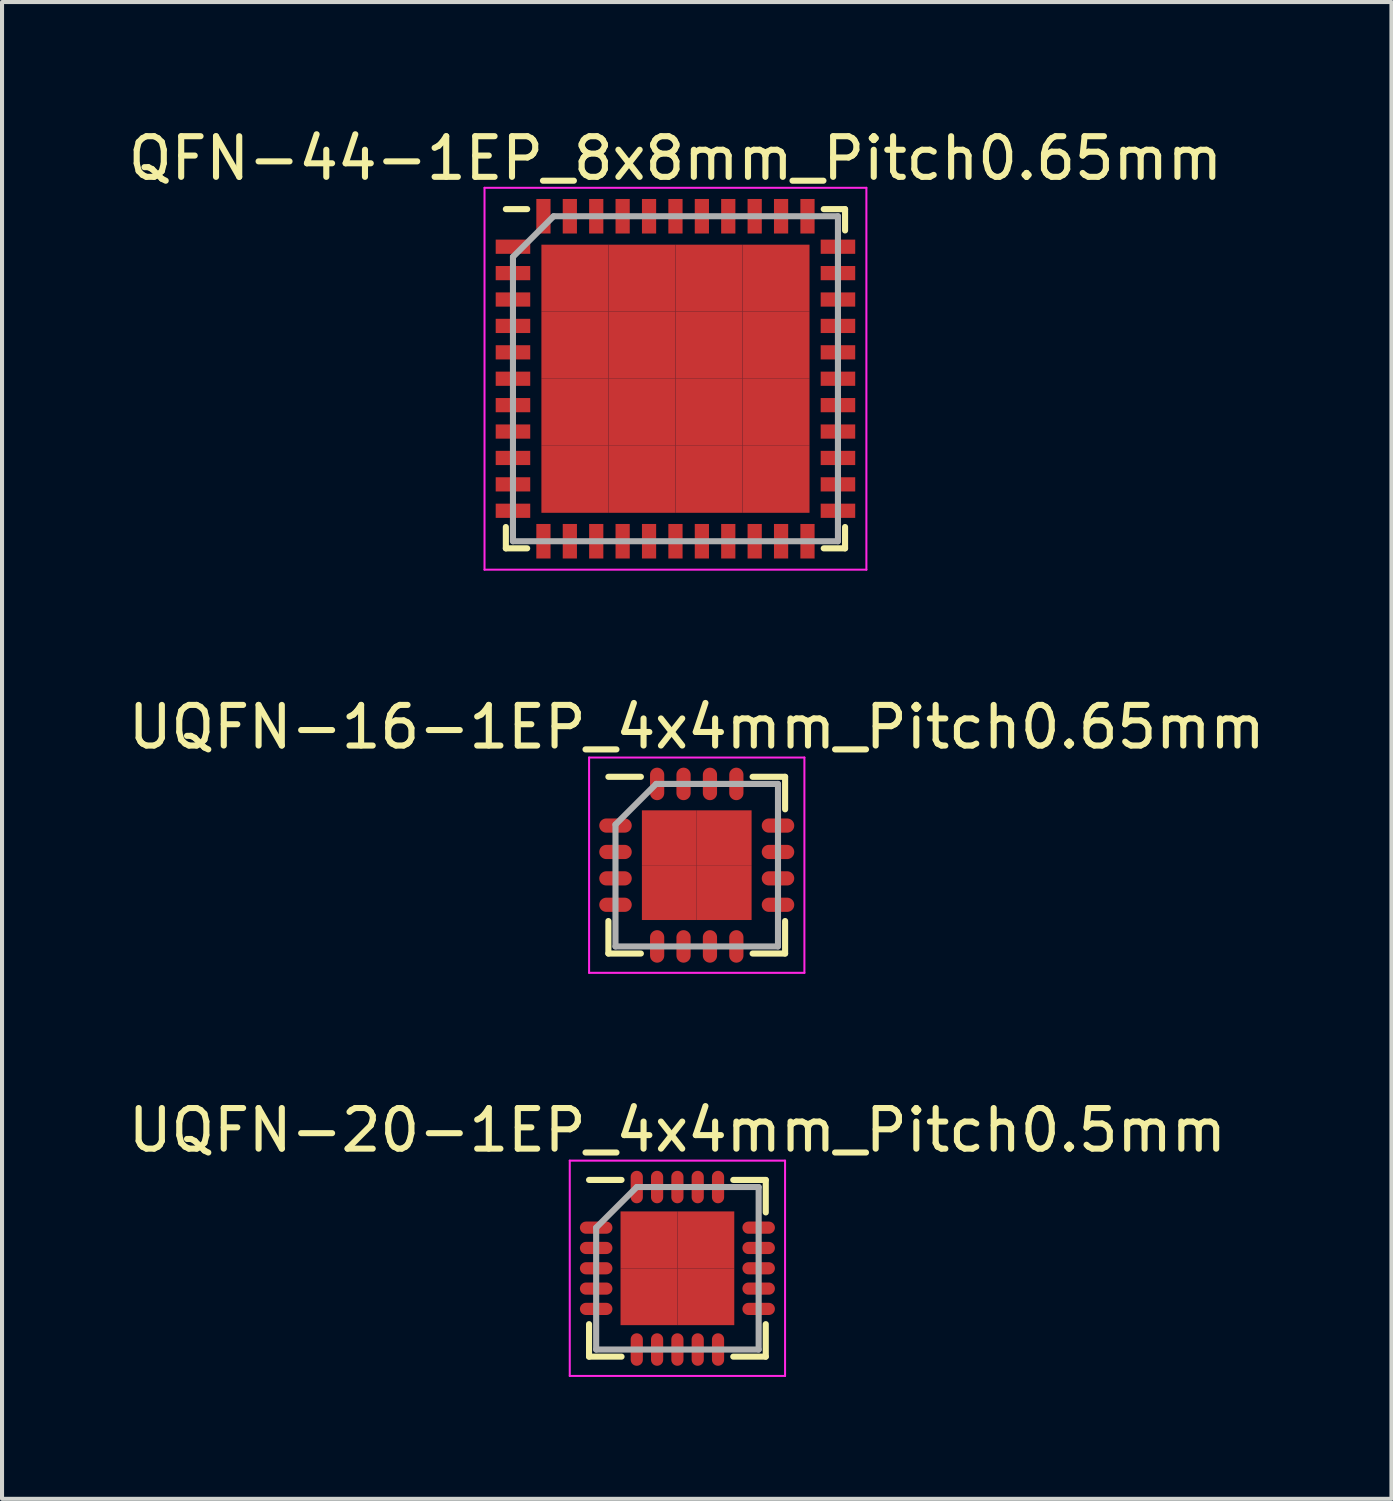
<source format=kicad_pcb>
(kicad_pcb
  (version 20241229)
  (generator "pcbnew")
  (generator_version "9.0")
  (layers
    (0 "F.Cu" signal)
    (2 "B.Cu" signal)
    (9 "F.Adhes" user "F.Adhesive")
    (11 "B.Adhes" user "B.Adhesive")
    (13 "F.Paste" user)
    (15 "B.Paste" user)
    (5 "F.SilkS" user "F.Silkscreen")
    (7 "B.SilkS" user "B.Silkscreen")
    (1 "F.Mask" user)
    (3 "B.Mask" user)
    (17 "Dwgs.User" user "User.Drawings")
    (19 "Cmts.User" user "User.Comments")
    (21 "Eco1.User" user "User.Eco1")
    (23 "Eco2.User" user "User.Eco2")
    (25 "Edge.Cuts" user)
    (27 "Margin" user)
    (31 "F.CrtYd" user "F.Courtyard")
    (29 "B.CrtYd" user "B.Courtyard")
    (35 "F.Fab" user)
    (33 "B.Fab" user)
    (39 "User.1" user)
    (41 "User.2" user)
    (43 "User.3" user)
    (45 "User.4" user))
  (footprint "UQFN-16-1EP_4x4mm_Pitch0.65mm"
    (layer "F.Cu")
    (at 14.101 18.247)
    (property "Reference" "UQFN-16-1EP_4x4mm_Pitch0.65mm" (at 0 -3.4 0) (layer "F.SilkS") (effects (font (size 1 1) (thickness 0.15))))
    (attr smd)
    (fp_line (start -2.175 -2.175) (end -1.375 -2.175) (stroke (width 0.15) (type solid)) (layer "F.SilkS"))
    (fp_line (start -2.175 2.175) (end -2.175 1.375) (stroke (width 0.15) (type solid)) (layer "F.SilkS"))
    (fp_line (start -2.175 2.175) (end -1.375 2.175) (stroke (width 0.15) (type solid)) (layer "F.SilkS"))
    (fp_line (start 2.175 -2.175) (end 1.375 -2.175) (stroke (width 0.15) (type solid)) (layer "F.SilkS"))
    (fp_line (start 2.175 -2.175) (end 2.175 -1.375) (stroke (width 0.15) (type solid)) (layer "F.SilkS"))
    (fp_line (start 2.175 2.175) (end 1.375 2.175) (stroke (width 0.15) (type solid)) (layer "F.SilkS"))
    (fp_line (start 2.175 2.175) (end 2.175 1.375) (stroke (width 0.15) (type solid)) (layer "F.SilkS"))
    (fp_line (start -2.65 -2.65) (end -2.65 2.65) (stroke (width 0.05) (type solid)) (layer "F.CrtYd"))
    (fp_line (start -2.65 -2.65) (end 2.65 -2.65) (stroke (width 0.05) (type solid)) (layer "F.CrtYd"))
    (fp_line (start -2.65 2.65) (end 2.65 2.65) (stroke (width 0.05) (type solid)) (layer "F.CrtYd"))
    (fp_line (start 2.65 -2.65) (end 2.65 2.65) (stroke (width 0.05) (type solid)) (layer "F.CrtYd"))
    (fp_line (start -2 -1) (end -1 -2) (stroke (width 0.15) (type solid)) (layer "F.Fab"))
    (fp_line (start -2 2) (end -2 -1) (stroke (width 0.15) (type solid)) (layer "F.Fab"))
    (fp_line (start -1 -2) (end 2 -2) (stroke (width 0.15) (type solid)) (layer "F.Fab"))
    (fp_line (start 2 -2) (end 2 2) (stroke (width 0.15) (type solid)) (layer "F.Fab"))
    (fp_line (start 2 2) (end -2 2) (stroke (width 0.15) (type solid)) (layer "F.Fab"))
    (pad "1" smd oval (at -2 -0.975) (size 0.8 0.35) (layers "F.Cu" "F.Mask" "F.Paste"))
    (pad "2" smd oval (at -2 -0.325) (size 0.8 0.35) (layers "F.Cu" "F.Mask" "F.Paste"))
    (pad "3" smd oval (at -2 0.325) (size 0.8 0.35) (layers "F.Cu" "F.Mask" "F.Paste"))
    (pad "4" smd oval (at -2 0.975) (size 0.8 0.35) (layers "F.Cu" "F.Mask" "F.Paste"))
    (pad "5" smd oval (at -0.975 2 90) (size 0.8 0.35) (layers "F.Cu" "F.Mask" "F.Paste"))
    (pad "6" smd oval (at -0.325 2 90) (size 0.8 0.35) (layers "F.Cu" "F.Mask" "F.Paste"))
    (pad "7" smd oval (at 0.325 2 90) (size 0.8 0.35) (layers "F.Cu" "F.Mask" "F.Paste"))
    (pad "8" smd oval (at 0.975 2 90) (size 0.8 0.35) (layers "F.Cu" "F.Mask" "F.Paste"))
    (pad "9" smd oval (at 2 0.975) (size 0.8 0.35) (layers "F.Cu" "F.Mask" "F.Paste"))
    (pad "10" smd oval (at 2 0.325) (size 0.8 0.35) (layers "F.Cu" "F.Mask" "F.Paste"))
    (pad "11" smd oval (at 2 -0.325) (size 0.8 0.35) (layers "F.Cu" "F.Mask" "F.Paste"))
    (pad "12" smd oval (at 2 -0.975) (size 0.8 0.35) (layers "F.Cu" "F.Mask" "F.Paste"))
    (pad "13" smd oval (at 0.975 -2 90) (size 0.8 0.35) (layers "F.Cu" "F.Mask" "F.Paste"))
    (pad "14" smd oval (at 0.325 -2 90) (size 0.8 0.35) (layers "F.Cu" "F.Mask" "F.Paste"))
    (pad "15" smd oval (at -0.325 -2 90) (size 0.8 0.35) (layers "F.Cu" "F.Mask" "F.Paste"))
    (pad "16" smd oval (at -0.975 -2 90) (size 0.8 0.35) (layers "F.Cu" "F.Mask" "F.Paste"))
    (pad "17" smd rect (at -0.675 -0.675) (size 1.35 1.35) (layers "F.Cu" "F.Mask" "F.Paste"))
    (pad "17" smd rect (at -0.675 0.675) (size 1.35 1.35) (layers "F.Cu" "F.Mask" "F.Paste"))
    (pad "17" smd rect (at 0.675 -0.675) (size 1.35 1.35) (layers "F.Cu" "F.Mask" "F.Paste"))
    (pad "17" smd rect (at 0.675 0.675) (size 1.35 1.35) (layers "F.Cu" "F.Mask" "F.Paste")))
  (footprint "QFN-44-1EP_8x8mm_Pitch0.65mm"
    (layer "F.Cu")
    (at 13.577 6.273)
    (property "Reference" "QFN-44-1EP_8x8mm_Pitch0.65mm" (at 0 -5.425 0) (layer "F.SilkS") (effects (font (size 1 1) (thickness 0.15))))
    (attr smd)
    (fp_line (start -4.175 -4.175) (end -3.65 -4.175) (stroke (width 0.15) (type solid)) (layer "F.SilkS"))
    (fp_line (start -4.175 4.175) (end -4.175 3.65) (stroke (width 0.15) (type solid)) (layer "F.SilkS"))
    (fp_line (start -4.175 4.175) (end -3.65 4.175) (stroke (width 0.15) (type solid)) (layer "F.SilkS"))
    (fp_line (start 4.175 -4.175) (end 3.65 -4.175) (stroke (width 0.15) (type solid)) (layer "F.SilkS"))
    (fp_line (start 4.175 -4.175) (end 4.175 -3.65) (stroke (width 0.15) (type solid)) (layer "F.SilkS"))
    (fp_line (start 4.175 4.175) (end 3.65 4.175) (stroke (width 0.15) (type solid)) (layer "F.SilkS"))
    (fp_line (start 4.175 4.175) (end 4.175 3.65) (stroke (width 0.15) (type solid)) (layer "F.SilkS"))
    (fp_line (start -4.7 -4.7) (end -4.7 4.7) (stroke (width 0.05) (type solid)) (layer "F.CrtYd"))
    (fp_line (start -4.7 -4.7) (end 4.7 -4.7) (stroke (width 0.05) (type solid)) (layer "F.CrtYd"))
    (fp_line (start -4.7 4.7) (end 4.7 4.7) (stroke (width 0.05) (type solid)) (layer "F.CrtYd"))
    (fp_line (start 4.7 -4.7) (end 4.7 4.7) (stroke (width 0.05) (type solid)) (layer "F.CrtYd"))
    (fp_line (start -4 -3) (end -3 -4) (stroke (width 0.15) (type solid)) (layer "F.Fab"))
    (fp_line (start -4 4) (end -4 -3) (stroke (width 0.15) (type solid)) (layer "F.Fab"))
    (fp_line (start -3 -4) (end 4 -4) (stroke (width 0.15) (type solid)) (layer "F.Fab"))
    (fp_line (start 4 -4) (end 4 4) (stroke (width 0.15) (type solid)) (layer "F.Fab"))
    (fp_line (start 4 4) (end -4 4) (stroke (width 0.15) (type solid)) (layer "F.Fab"))
    (pad "1" smd rect (at -4 -3.25) (size 0.85 0.35) (layers "F.Cu" "F.Mask" "F.Paste"))
    (pad "2" smd rect (at -4 -2.6) (size 0.85 0.35) (layers "F.Cu" "F.Mask" "F.Paste"))
    (pad "3" smd rect (at -4 -1.95) (size 0.85 0.35) (layers "F.Cu" "F.Mask" "F.Paste"))
    (pad "4" smd rect (at -4 -1.3) (size 0.85 0.35) (layers "F.Cu" "F.Mask" "F.Paste"))
    (pad "5" smd rect (at -4 -0.65) (size 0.85 0.35) (layers "F.Cu" "F.Mask" "F.Paste"))
    (pad "6" smd rect (at -4 0) (size 0.85 0.35) (layers "F.Cu" "F.Mask" "F.Paste"))
    (pad "7" smd rect (at -4 0.65) (size 0.85 0.35) (layers "F.Cu" "F.Mask" "F.Paste"))
    (pad "8" smd rect (at -4 1.3) (size 0.85 0.35) (layers "F.Cu" "F.Mask" "F.Paste"))
    (pad "9" smd rect (at -4 1.95) (size 0.85 0.35) (layers "F.Cu" "F.Mask" "F.Paste"))
    (pad "10" smd rect (at -4 2.6) (size 0.85 0.35) (layers "F.Cu" "F.Mask" "F.Paste"))
    (pad "11" smd rect (at -4 3.25) (size 0.85 0.35) (layers "F.Cu" "F.Mask" "F.Paste"))
    (pad "12" smd rect (at -3.25 4 90) (size 0.85 0.35) (layers "F.Cu" "F.Mask" "F.Paste"))
    (pad "13" smd rect (at -2.6 4 90) (size 0.85 0.35) (layers "F.Cu" "F.Mask" "F.Paste"))
    (pad "14" smd rect (at -1.95 4 90) (size 0.85 0.35) (layers "F.Cu" "F.Mask" "F.Paste"))
    (pad "15" smd rect (at -1.3 4 90) (size 0.85 0.35) (layers "F.Cu" "F.Mask" "F.Paste"))
    (pad "16" smd rect (at -0.65 4 90) (size 0.85 0.35) (layers "F.Cu" "F.Mask" "F.Paste"))
    (pad "17" smd rect (at 0 4 90) (size 0.85 0.35) (layers "F.Cu" "F.Mask" "F.Paste"))
    (pad "18" smd rect (at 0.65 4 90) (size 0.85 0.35) (layers "F.Cu" "F.Mask" "F.Paste"))
    (pad "19" smd rect (at 1.3 4 90) (size 0.85 0.35) (layers "F.Cu" "F.Mask" "F.Paste"))
    (pad "20" smd rect (at 1.95 4 90) (size 0.85 0.35) (layers "F.Cu" "F.Mask" "F.Paste"))
    (pad "21" smd rect (at 2.6 4 90) (size 0.85 0.35) (layers "F.Cu" "F.Mask" "F.Paste"))
    (pad "22" smd rect (at 3.25 4 90) (size 0.85 0.35) (layers "F.Cu" "F.Mask" "F.Paste"))
    (pad "23" smd rect (at 4 3.25) (size 0.85 0.35) (layers "F.Cu" "F.Mask" "F.Paste"))
    (pad "24" smd rect (at 4 2.6) (size 0.85 0.35) (layers "F.Cu" "F.Mask" "F.Paste"))
    (pad "25" smd rect (at 4 1.95) (size 0.85 0.35) (layers "F.Cu" "F.Mask" "F.Paste"))
    (pad "26" smd rect (at 4 1.3) (size 0.85 0.35) (layers "F.Cu" "F.Mask" "F.Paste"))
    (pad "27" smd rect (at 4 0.65) (size 0.85 0.35) (layers "F.Cu" "F.Mask" "F.Paste"))
    (pad "28" smd rect (at 4 0) (size 0.85 0.35) (layers "F.Cu" "F.Mask" "F.Paste"))
    (pad "29" smd rect (at 4 -0.65) (size 0.85 0.35) (layers "F.Cu" "F.Mask" "F.Paste"))
    (pad "30" smd rect (at 4 -1.3) (size 0.85 0.35) (layers "F.Cu" "F.Mask" "F.Paste"))
    (pad "31" smd rect (at 4 -1.95) (size 0.85 0.35) (layers "F.Cu" "F.Mask" "F.Paste"))
    (pad "32" smd rect (at 4 -2.6) (size 0.85 0.35) (layers "F.Cu" "F.Mask" "F.Paste"))
    (pad "33" smd rect (at 4 -3.25) (size 0.85 0.35) (layers "F.Cu" "F.Mask" "F.Paste"))
    (pad "34" smd rect (at 3.25 -4 90) (size 0.85 0.35) (layers "F.Cu" "F.Mask" "F.Paste"))
    (pad "35" smd rect (at 2.6 -4 90) (size 0.85 0.35) (layers "F.Cu" "F.Mask" "F.Paste"))
    (pad "36" smd rect (at 1.95 -4 90) (size 0.85 0.35) (layers "F.Cu" "F.Mask" "F.Paste"))
    (pad "37" smd rect (at 1.3 -4 90) (size 0.85 0.35) (layers "F.Cu" "F.Mask" "F.Paste"))
    (pad "38" smd rect (at 0.65 -4 90) (size 0.85 0.35) (layers "F.Cu" "F.Mask" "F.Paste"))
    (pad "39" smd rect (at 0 -4 90) (size 0.85 0.35) (layers "F.Cu" "F.Mask" "F.Paste"))
    (pad "40" smd rect (at -0.65 -4 90) (size 0.85 0.35) (layers "F.Cu" "F.Mask" "F.Paste"))
    (pad "41" smd rect (at -1.3 -4 90) (size 0.85 0.35) (layers "F.Cu" "F.Mask" "F.Paste"))
    (pad "42" smd rect (at -1.95 -4 90) (size 0.85 0.35) (layers "F.Cu" "F.Mask" "F.Paste"))
    (pad "43" smd rect (at -2.6 -4 90) (size 0.85 0.35) (layers "F.Cu" "F.Mask" "F.Paste"))
    (pad "44" smd rect (at -3.25 -4 90) (size 0.85 0.35) (layers "F.Cu" "F.Mask" "F.Paste"))
    (pad "45" smd rect (at -2.475 -2.475) (size 1.65 1.65) (layers "F.Cu" "F.Mask" "F.Paste"))
    (pad "45" smd rect (at -2.475 -0.825) (size 1.65 1.65) (layers "F.Cu" "F.Mask" "F.Paste"))
    (pad "45" smd rect (at -2.475 0.825) (size 1.65 1.65) (layers "F.Cu" "F.Mask" "F.Paste"))
    (pad "45" smd rect (at -2.475 2.475) (size 1.65 1.65) (layers "F.Cu" "F.Mask" "F.Paste"))
    (pad "45" smd rect (at -0.825 -2.475) (size 1.65 1.65) (layers "F.Cu" "F.Mask" "F.Paste"))
    (pad "45" smd rect (at -0.825 -0.825) (size 1.65 1.65) (layers "F.Cu" "F.Mask" "F.Paste"))
    (pad "45" smd rect (at -0.825 0.825) (size 1.65 1.65) (layers "F.Cu" "F.Mask" "F.Paste"))
    (pad "45" smd rect (at -0.825 2.475) (size 1.65 1.65) (layers "F.Cu" "F.Mask" "F.Paste"))
    (pad "45" smd rect (at 0.825 -2.475) (size 1.65 1.65) (layers "F.Cu" "F.Mask" "F.Paste"))
    (pad "45" smd rect (at 0.825 -0.825) (size 1.65 1.65) (layers "F.Cu" "F.Mask" "F.Paste"))
    (pad "45" smd rect (at 0.825 0.825) (size 1.65 1.65) (layers "F.Cu" "F.Mask" "F.Paste"))
    (pad "45" smd rect (at 0.825 2.475) (size 1.65 1.65) (layers "F.Cu" "F.Mask" "F.Paste"))
    (pad "45" smd rect (at 2.475 -2.475) (size 1.65 1.65) (layers "F.Cu" "F.Mask" "F.Paste"))
    (pad "45" smd rect (at 2.475 -0.825) (size 1.65 1.65) (layers "F.Cu" "F.Mask" "F.Paste"))
    (pad "45" smd rect (at 2.475 0.825) (size 1.65 1.65) (layers "F.Cu" "F.Mask" "F.Paste"))
    (pad "45" smd rect (at 2.475 2.475) (size 1.65 1.65) (layers "F.Cu" "F.Mask" "F.Paste")))
  (footprint "UQFN-20-1EP_4x4mm_Pitch0.5mm"
    (layer "F.Cu")
    (at 13.625 28.17)
    (property "Reference" "UQFN-20-1EP_4x4mm_Pitch0.5mm" (at 0 -3.4 0) (layer "F.SilkS") (effects (font (size 1 1) (thickness 0.15))))
    (attr smd)
    (fp_line (start -2.175 -2.175) (end -1.375 -2.175) (stroke (width 0.15) (type solid)) (layer "F.SilkS"))
    (fp_line (start -2.175 2.175) (end -2.175 1.375) (stroke (width 0.15) (type solid)) (layer "F.SilkS"))
    (fp_line (start -2.175 2.175) (end -1.375 2.175) (stroke (width 0.15) (type solid)) (layer "F.SilkS"))
    (fp_line (start 2.175 -2.175) (end 1.375 -2.175) (stroke (width 0.15) (type solid)) (layer "F.SilkS"))
    (fp_line (start 2.175 -2.175) (end 2.175 -1.375) (stroke (width 0.15) (type solid)) (layer "F.SilkS"))
    (fp_line (start 2.175 2.175) (end 1.375 2.175) (stroke (width 0.15) (type solid)) (layer "F.SilkS"))
    (fp_line (start 2.175 2.175) (end 2.175 1.375) (stroke (width 0.15) (type solid)) (layer "F.SilkS"))
    (fp_line (start -2.65 -2.65) (end -2.65 2.65) (stroke (width 0.05) (type solid)) (layer "F.CrtYd"))
    (fp_line (start -2.65 -2.65) (end 2.65 -2.65) (stroke (width 0.05) (type solid)) (layer "F.CrtYd"))
    (fp_line (start -2.65 2.65) (end 2.65 2.65) (stroke (width 0.05) (type solid)) (layer "F.CrtYd"))
    (fp_line (start 2.65 -2.65) (end 2.65 2.65) (stroke (width 0.05) (type solid)) (layer "F.CrtYd"))
    (fp_line (start -2 -1) (end -1 -2) (stroke (width 0.15) (type solid)) (layer "F.Fab"))
    (fp_line (start -2 2) (end -2 -1) (stroke (width 0.15) (type solid)) (layer "F.Fab"))
    (fp_line (start -1 -2) (end 2 -2) (stroke (width 0.15) (type solid)) (layer "F.Fab"))
    (fp_line (start 2 -2) (end 2 2) (stroke (width 0.15) (type solid)) (layer "F.Fab"))
    (fp_line (start 2 2) (end -2 2) (stroke (width 0.15) (type solid)) (layer "F.Fab"))
    (pad "1" smd oval (at -2 -1) (size 0.8 0.3) (layers "F.Cu" "F.Mask" "F.Paste"))
    (pad "2" smd oval (at -2 -0.5) (size 0.8 0.3) (layers "F.Cu" "F.Mask" "F.Paste"))
    (pad "3" smd oval (at -2 0) (size 0.8 0.3) (layers "F.Cu" "F.Mask" "F.Paste"))
    (pad "4" smd oval (at -2 0.5) (size 0.8 0.3) (layers "F.Cu" "F.Mask" "F.Paste"))
    (pad "5" smd oval (at -2 1) (size 0.8 0.3) (layers "F.Cu" "F.Mask" "F.Paste"))
    (pad "6" smd oval (at -1 2 90) (size 0.8 0.3) (layers "F.Cu" "F.Mask" "F.Paste"))
    (pad "7" smd oval (at -0.5 2 90) (size 0.8 0.3) (layers "F.Cu" "F.Mask" "F.Paste"))
    (pad "8" smd oval (at 0 2 90) (size 0.8 0.3) (layers "F.Cu" "F.Mask" "F.Paste"))
    (pad "9" smd oval (at 0.5 2 90) (size 0.8 0.3) (layers "F.Cu" "F.Mask" "F.Paste"))
    (pad "10" smd oval (at 1 2 90) (size 0.8 0.3) (layers "F.Cu" "F.Mask" "F.Paste"))
    (pad "11" smd oval (at 2 1) (size 0.8 0.3) (layers "F.Cu" "F.Mask" "F.Paste"))
    (pad "12" smd oval (at 2 0.5) (size 0.8 0.3) (layers "F.Cu" "F.Mask" "F.Paste"))
    (pad "13" smd oval (at 2 0) (size 0.8 0.3) (layers "F.Cu" "F.Mask" "F.Paste"))
    (pad "14" smd oval (at 2 -0.5) (size 0.8 0.3) (layers "F.Cu" "F.Mask" "F.Paste"))
    (pad "15" smd oval (at 2 -1) (size 0.8 0.3) (layers "F.Cu" "F.Mask" "F.Paste"))
    (pad "16" smd oval (at 1 -2 90) (size 0.8 0.3) (layers "F.Cu" "F.Mask" "F.Paste"))
    (pad "17" smd oval (at 0.5 -2 90) (size 0.8 0.3) (layers "F.Cu" "F.Mask" "F.Paste"))
    (pad "18" smd oval (at 0 -2 90) (size 0.8 0.3) (layers "F.Cu" "F.Mask" "F.Paste"))
    (pad "19" smd oval (at -0.5 -2 90) (size 0.8 0.3) (layers "F.Cu" "F.Mask" "F.Paste"))
    (pad "20" smd oval (at -1 -2 90) (size 0.8 0.3) (layers "F.Cu" "F.Mask" "F.Paste"))
    (pad "21" smd rect (at -0.7 -0.7) (size 1.4 1.4) (layers "F.Cu" "F.Mask" "F.Paste"))
    (pad "21" smd rect (at -0.7 0.7) (size 1.4 1.4) (layers "F.Cu" "F.Mask" "F.Paste"))
    (pad "21" smd rect (at 0.7 -0.7) (size 1.4 1.4) (layers "F.Cu" "F.Mask" "F.Paste"))
    (pad "21" smd rect (at 0.7 0.7) (size 1.4 1.4) (layers "F.Cu" "F.Mask" "F.Paste")))
  (gr_rect
    (start -3 -3)
    (end 31.202 33.845)
    (stroke (width 0.1) (type default))
    (fill no)
    (layer "Edge.Cuts")))
</source>
